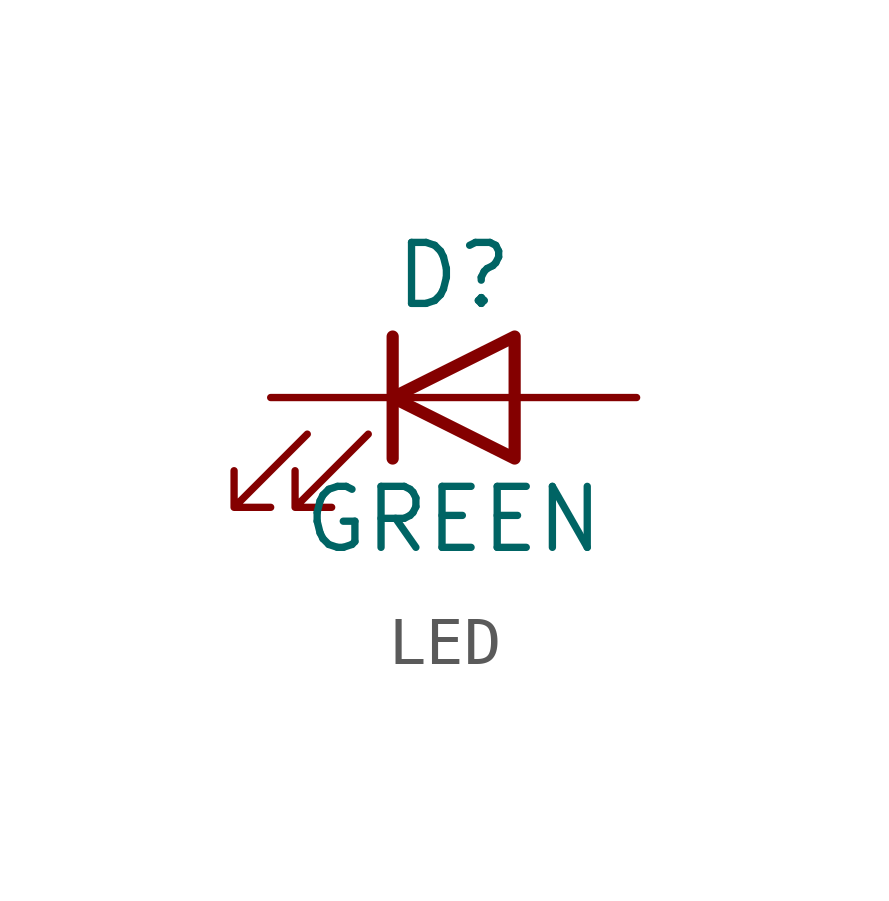
<source format=kicad_sym>
(kicad_symbol_lib
  (version 20241209)
  (generator "kicad_symbol_editor")
  (generator_version "9.0")
  (symbol "LED"
    (pin_numbers
      (hide yes))
    (pin_names
      (offset 1.016)
      (hide yes))
    (property "Reference" "D"
      (at 0 2.54 0)
      (effects (font (size 1.27 1.27))))
    (property "Value" "GREEN"
      (at 0 -2.54 0)
      (effects (font (size 1.27 1.27))))
    (symbol "LED_0_1"
      (polyline (pts (xy -3.048 -0.762) (xy -4.572 -2.286) (xy -3.81 -2.286) (xy -4.572 -2.286) (xy -4.572 -1.524)) (stroke (width 0) (type default)) (fill (type none)))
      (polyline (pts (xy -1.778 -0.762) (xy -3.302 -2.286) (xy -2.54 -2.286) (xy -3.302 -2.286) (xy -3.302 -1.524)) (stroke (width 0) (type default)) (fill (type none)))
      (polyline (pts (xy -1.27 0) (xy 1.27 0)) (stroke (width 0) (type default)) (fill (type none)))
      (polyline (pts (xy -1.27 -1.27) (xy -1.27 1.27)) (stroke (width 0.254) (type default)) (fill (type none)))
      (polyline (pts (xy 1.27 -1.27) (xy 1.27 1.27) (xy -1.27 0) (xy 1.27 -1.27)) (stroke (width 0.254) (type default)) (fill (type none))))
    (symbol "LED_1_1"
      (pin passive line (at -3.81 0 0) (length 2.54) (name "K" (effects (font (size 1.27 1.27)))) (number "1" (effects (font (size 1.27 1.27)))))
      (pin passive line (at 3.81 0 180) (length 2.54) (name "A" (effects (font (size 1.27 1.27)))) (number "2" (effects (font (size 1.27 1.27))))))))
</source>
